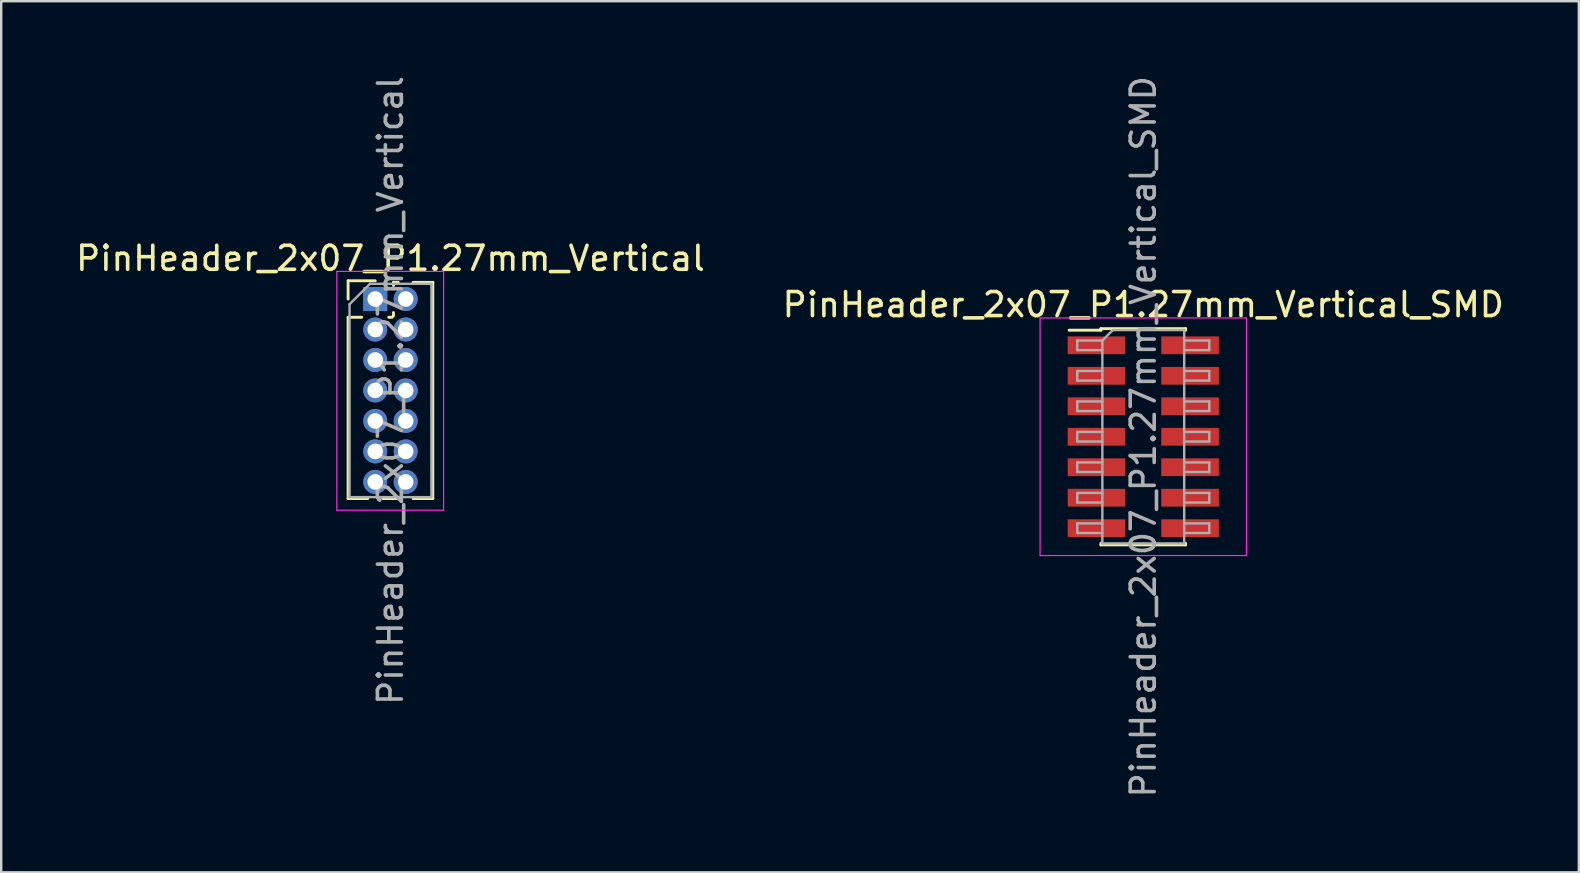
<source format=kicad_pcb>
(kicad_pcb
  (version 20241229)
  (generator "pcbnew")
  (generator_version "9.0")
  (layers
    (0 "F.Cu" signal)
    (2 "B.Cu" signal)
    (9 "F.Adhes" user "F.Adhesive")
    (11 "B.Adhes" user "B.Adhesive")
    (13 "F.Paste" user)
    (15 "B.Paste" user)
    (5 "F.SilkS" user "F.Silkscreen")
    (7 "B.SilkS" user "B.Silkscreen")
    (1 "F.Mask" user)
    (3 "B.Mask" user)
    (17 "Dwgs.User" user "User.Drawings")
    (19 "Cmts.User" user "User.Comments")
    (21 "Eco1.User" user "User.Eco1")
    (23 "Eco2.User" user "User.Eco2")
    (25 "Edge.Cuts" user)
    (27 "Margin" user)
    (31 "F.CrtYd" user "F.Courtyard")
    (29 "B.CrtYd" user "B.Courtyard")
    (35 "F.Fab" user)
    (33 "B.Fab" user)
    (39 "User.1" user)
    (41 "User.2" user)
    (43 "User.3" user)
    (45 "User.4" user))
  (footprint "PinHeader_2x07_P1.27mm_Vertical"
    (layer "F.Cu")
    (at 12.585 9.41)
    (property "Reference" "PinHeader_2x07_P1.27mm_Vertical" (at 0.635 -1.695 0) (layer "F.SilkS") (effects (font (size 1 1) (thickness 0.15))))
    (attr through_hole)
    (fp_line (start -1.13 -0.76) (end 0 -0.76) (stroke (width 0.12) (type solid)) (layer "F.SilkS"))
    (fp_line (start -1.13 0) (end -1.13 -0.76) (stroke (width 0.12) (type solid)) (layer "F.SilkS"))
    (fp_line (start -1.13 0.76) (end -1.13 8.315) (stroke (width 0.12) (type solid)) (layer "F.SilkS"))
    (fp_line (start -1.13 0.76) (end -0.563 0.76) (stroke (width 0.12) (type solid)) (layer "F.SilkS"))
    (fp_line (start -1.13 8.315) (end -0.308 8.315) (stroke (width 0.12) (type solid)) (layer "F.SilkS"))
    (fp_line (start 0.308 8.315) (end 0.962 8.315) (stroke (width 0.12) (type solid)) (layer "F.SilkS"))
    (fp_line (start 0.563 0.76) (end 0.707 0.76) (stroke (width 0.12) (type solid)) (layer "F.SilkS"))
    (fp_line (start 0.76 -0.695) (end 0.962 -0.695) (stroke (width 0.12) (type solid)) (layer "F.SilkS"))
    (fp_line (start 0.76 -0.563) (end 0.76 -0.695) (stroke (width 0.12) (type solid)) (layer "F.SilkS"))
    (fp_line (start 0.76 0.707) (end 0.76 0.563) (stroke (width 0.12) (type solid)) (layer "F.SilkS"))
    (fp_line (start 1.578 -0.695) (end 2.4 -0.695) (stroke (width 0.12) (type solid)) (layer "F.SilkS"))
    (fp_line (start 1.578 8.315) (end 2.4 8.315) (stroke (width 0.12) (type solid)) (layer "F.SilkS"))
    (fp_line (start 2.4 -0.695) (end 2.4 8.315) (stroke (width 0.12) (type solid)) (layer "F.SilkS"))
    (fp_line (start -1.6 -1.15) (end -1.6 8.8) (stroke (width 0.05) (type solid)) (layer "F.CrtYd"))
    (fp_line (start -1.6 8.8) (end 2.85 8.8) (stroke (width 0.05) (type solid)) (layer "F.CrtYd"))
    (fp_line (start 2.85 -1.15) (end -1.6 -1.15) (stroke (width 0.05) (type solid)) (layer "F.CrtYd"))
    (fp_line (start 2.85 8.8) (end 2.85 -1.15) (stroke (width 0.05) (type solid)) (layer "F.CrtYd"))
    (fp_line (start -1.07 0.217) (end -0.217 -0.635) (stroke (width 0.1) (type solid)) (layer "F.Fab"))
    (fp_line (start -1.07 8.255) (end -1.07 0.217) (stroke (width 0.1) (type solid)) (layer "F.Fab"))
    (fp_line (start -0.217 -0.635) (end 2.34 -0.635) (stroke (width 0.1) (type solid)) (layer "F.Fab"))
    (fp_line (start 2.34 -0.635) (end 2.34 8.255) (stroke (width 0.1) (type solid)) (layer "F.Fab"))
    (fp_line (start 2.34 8.255) (end -1.07 8.255) (stroke (width 0.1) (type solid)) (layer "F.Fab"))
    (fp_text user "${REFERENCE}" (at 0.635 3.81 90) (layer "F.Fab") (effects (font (size 1 1) (thickness 0.15))))
    (pad "1" thru_hole rect (at 0 0) (size 1 1) (drill 0.65) (layers "*.Cu" "*.Mask"))
    (pad "2" thru_hole oval (at 1.27 0) (size 1 1) (drill 0.65) (layers "*.Cu" "*.Mask"))
    (pad "3" thru_hole oval (at 0 1.27) (size 1 1) (drill 0.65) (layers "*.Cu" "*.Mask"))
    (pad "4" thru_hole oval (at 1.27 1.27) (size 1 1) (drill 0.65) (layers "*.Cu" "*.Mask"))
    (pad "5" thru_hole oval (at 0 2.54) (size 1 1) (drill 0.65) (layers "*.Cu" "*.Mask"))
    (pad "6" thru_hole oval (at 1.27 2.54) (size 1 1) (drill 0.65) (layers "*.Cu" "*.Mask"))
    (pad "7" thru_hole oval (at 0 3.81) (size 1 1) (drill 0.65) (layers "*.Cu" "*.Mask"))
    (pad "8" thru_hole oval (at 1.27 3.81) (size 1 1) (drill 0.65) (layers "*.Cu" "*.Mask"))
    (pad "9" thru_hole oval (at 0 5.08) (size 1 1) (drill 0.65) (layers "*.Cu" "*.Mask"))
    (pad "10" thru_hole oval (at 1.27 5.08) (size 1 1) (drill 0.65) (layers "*.Cu" "*.Mask"))
    (pad "11" thru_hole oval (at 0 6.35) (size 1 1) (drill 0.65) (layers "*.Cu" "*.Mask"))
    (pad "12" thru_hole oval (at 1.27 6.35) (size 1 1) (drill 0.65) (layers "*.Cu" "*.Mask"))
    (pad "13" thru_hole oval (at 0 7.62) (size 1 1) (drill 0.65) (layers "*.Cu" "*.Mask"))
    (pad "14" thru_hole oval (at 1.27 7.62) (size 1 1) (drill 0.65) (layers "*.Cu" "*.Mask")))
  (footprint "PinHeader_2x07_P1.27mm_Vertical_SMD"
    (layer "F.Cu")
    (at 44.589 15.149)
    (property "Reference" "PinHeader_2x07_P1.27mm_Vertical_SMD" (at 0 -5.505 0) (layer "F.SilkS") (effects (font (size 1 1) (thickness 0.15))))
    (attr smd)
    (fp_line (start -3.09 -4.44) (end -1.765 -4.44) (stroke (width 0.12) (type solid)) (layer "F.SilkS"))
    (fp_line (start -1.765 -4.505) (end -1.765 -4.44) (stroke (width 0.12) (type solid)) (layer "F.SilkS"))
    (fp_line (start -1.765 -4.505) (end 1.765 -4.505) (stroke (width 0.12) (type solid)) (layer "F.SilkS"))
    (fp_line (start -1.765 4.44) (end -1.765 4.505) (stroke (width 0.12) (type solid)) (layer "F.SilkS"))
    (fp_line (start -1.765 4.505) (end 1.765 4.505) (stroke (width 0.12) (type solid)) (layer "F.SilkS"))
    (fp_line (start 1.765 -4.505) (end 1.765 -4.44) (stroke (width 0.12) (type solid)) (layer "F.SilkS"))
    (fp_line (start 1.765 4.44) (end 1.765 4.505) (stroke (width 0.12) (type solid)) (layer "F.SilkS"))
    (fp_line (start -4.3 -4.95) (end -4.3 4.95) (stroke (width 0.05) (type solid)) (layer "F.CrtYd"))
    (fp_line (start -4.3 4.95) (end 4.3 4.95) (stroke (width 0.05) (type solid)) (layer "F.CrtYd"))
    (fp_line (start 4.3 -4.95) (end -4.3 -4.95) (stroke (width 0.05) (type solid)) (layer "F.CrtYd"))
    (fp_line (start 4.3 4.95) (end 4.3 -4.95) (stroke (width 0.05) (type solid)) (layer "F.CrtYd"))
    (fp_line (start -2.75 -4.01) (end -2.75 -3.61) (stroke (width 0.1) (type solid)) (layer "F.Fab"))
    (fp_line (start -2.75 -3.61) (end -1.705 -3.61) (stroke (width 0.1) (type solid)) (layer "F.Fab"))
    (fp_line (start -2.75 -2.74) (end -2.75 -2.34) (stroke (width 0.1) (type solid)) (layer "F.Fab"))
    (fp_line (start -2.75 -2.34) (end -1.705 -2.34) (stroke (width 0.1) (type solid)) (layer "F.Fab"))
    (fp_line (start -2.75 -1.47) (end -2.75 -1.07) (stroke (width 0.1) (type solid)) (layer "F.Fab"))
    (fp_line (start -2.75 -1.07) (end -1.705 -1.07) (stroke (width 0.1) (type solid)) (layer "F.Fab"))
    (fp_line (start -2.75 -0.2) (end -2.75 0.2) (stroke (width 0.1) (type solid)) (layer "F.Fab"))
    (fp_line (start -2.75 0.2) (end -1.705 0.2) (stroke (width 0.1) (type solid)) (layer "F.Fab"))
    (fp_line (start -2.75 1.07) (end -2.75 1.47) (stroke (width 0.1) (type solid)) (layer "F.Fab"))
    (fp_line (start -2.75 1.47) (end -1.705 1.47) (stroke (width 0.1) (type solid)) (layer "F.Fab"))
    (fp_line (start -2.75 2.34) (end -2.75 2.74) (stroke (width 0.1) (type solid)) (layer "F.Fab"))
    (fp_line (start -2.75 2.74) (end -1.705 2.74) (stroke (width 0.1) (type solid)) (layer "F.Fab"))
    (fp_line (start -2.75 3.61) (end -2.75 4.01) (stroke (width 0.1) (type solid)) (layer "F.Fab"))
    (fp_line (start -2.75 4.01) (end -1.705 4.01) (stroke (width 0.1) (type solid)) (layer "F.Fab"))
    (fp_line (start -1.705 -4.01) (end -2.75 -4.01) (stroke (width 0.1) (type solid)) (layer "F.Fab"))
    (fp_line (start -1.705 -4.01) (end -1.27 -4.445) (stroke (width 0.1) (type solid)) (layer "F.Fab"))
    (fp_line (start -1.705 -2.74) (end -2.75 -2.74) (stroke (width 0.1) (type solid)) (layer "F.Fab"))
    (fp_line (start -1.705 -1.47) (end -2.75 -1.47) (stroke (width 0.1) (type solid)) (layer "F.Fab"))
    (fp_line (start -1.705 -0.2) (end -2.75 -0.2) (stroke (width 0.1) (type solid)) (layer "F.Fab"))
    (fp_line (start -1.705 1.07) (end -2.75 1.07) (stroke (width 0.1) (type solid)) (layer "F.Fab"))
    (fp_line (start -1.705 2.34) (end -2.75 2.34) (stroke (width 0.1) (type solid)) (layer "F.Fab"))
    (fp_line (start -1.705 3.61) (end -2.75 3.61) (stroke (width 0.1) (type solid)) (layer "F.Fab"))
    (fp_line (start -1.705 4.445) (end -1.705 -4.01) (stroke (width 0.1) (type solid)) (layer "F.Fab"))
    (fp_line (start -1.27 -4.445) (end 1.705 -4.445) (stroke (width 0.1) (type solid)) (layer "F.Fab"))
    (fp_line (start 1.705 -4.445) (end 1.705 4.445) (stroke (width 0.1) (type solid)) (layer "F.Fab"))
    (fp_line (start 1.705 -4.01) (end 2.75 -4.01) (stroke (width 0.1) (type solid)) (layer "F.Fab"))
    (fp_line (start 1.705 -2.74) (end 2.75 -2.74) (stroke (width 0.1) (type solid)) (layer "F.Fab"))
    (fp_line (start 1.705 -1.47) (end 2.75 -1.47) (stroke (width 0.1) (type solid)) (layer "F.Fab"))
    (fp_line (start 1.705 -0.2) (end 2.75 -0.2) (stroke (width 0.1) (type solid)) (layer "F.Fab"))
    (fp_line (start 1.705 1.07) (end 2.75 1.07) (stroke (width 0.1) (type solid)) (layer "F.Fab"))
    (fp_line (start 1.705 2.34) (end 2.75 2.34) (stroke (width 0.1) (type solid)) (layer "F.Fab"))
    (fp_line (start 1.705 3.61) (end 2.75 3.61) (stroke (width 0.1) (type solid)) (layer "F.Fab"))
    (fp_line (start 1.705 4.445) (end -1.705 4.445) (stroke (width 0.1) (type solid)) (layer "F.Fab"))
    (fp_line (start 2.75 -4.01) (end 2.75 -3.61) (stroke (width 0.1) (type solid)) (layer "F.Fab"))
    (fp_line (start 2.75 -3.61) (end 1.705 -3.61) (stroke (width 0.1) (type solid)) (layer "F.Fab"))
    (fp_line (start 2.75 -2.74) (end 2.75 -2.34) (stroke (width 0.1) (type solid)) (layer "F.Fab"))
    (fp_line (start 2.75 -2.34) (end 1.705 -2.34) (stroke (width 0.1) (type solid)) (layer "F.Fab"))
    (fp_line (start 2.75 -1.47) (end 2.75 -1.07) (stroke (width 0.1) (type solid)) (layer "F.Fab"))
    (fp_line (start 2.75 -1.07) (end 1.705 -1.07) (stroke (width 0.1) (type solid)) (layer "F.Fab"))
    (fp_line (start 2.75 -0.2) (end 2.75 0.2) (stroke (width 0.1) (type solid)) (layer "F.Fab"))
    (fp_line (start 2.75 0.2) (end 1.705 0.2) (stroke (width 0.1) (type solid)) (layer "F.Fab"))
    (fp_line (start 2.75 1.07) (end 2.75 1.47) (stroke (width 0.1) (type solid)) (layer "F.Fab"))
    (fp_line (start 2.75 1.47) (end 1.705 1.47) (stroke (width 0.1) (type solid)) (layer "F.Fab"))
    (fp_line (start 2.75 2.34) (end 2.75 2.74) (stroke (width 0.1) (type solid)) (layer "F.Fab"))
    (fp_line (start 2.75 2.74) (end 1.705 2.74) (stroke (width 0.1) (type solid)) (layer "F.Fab"))
    (fp_line (start 2.75 3.61) (end 2.75 4.01) (stroke (width 0.1) (type solid)) (layer "F.Fab"))
    (fp_line (start 2.75 4.01) (end 1.705 4.01) (stroke (width 0.1) (type solid)) (layer "F.Fab"))
    (fp_text user "${REFERENCE}" (at 0 0 90) (layer "F.Fab") (effects (font (size 1 1) (thickness 0.15))))
    (pad "1" smd rect (at -1.95 -3.81) (size 2.4 0.74) (layers "F.Cu" "F.Mask" "F.Paste"))
    (pad "2" smd rect (at 1.95 -3.81) (size 2.4 0.74) (layers "F.Cu" "F.Mask" "F.Paste"))
    (pad "3" smd rect (at -1.95 -2.54) (size 2.4 0.74) (layers "F.Cu" "F.Mask" "F.Paste"))
    (pad "4" smd rect (at 1.95 -2.54) (size 2.4 0.74) (layers "F.Cu" "F.Mask" "F.Paste"))
    (pad "5" smd rect (at -1.95 -1.27) (size 2.4 0.74) (layers "F.Cu" "F.Mask" "F.Paste"))
    (pad "6" smd rect (at 1.95 -1.27) (size 2.4 0.74) (layers "F.Cu" "F.Mask" "F.Paste"))
    (pad "7" smd rect (at -1.95 0) (size 2.4 0.74) (layers "F.Cu" "F.Mask" "F.Paste"))
    (pad "8" smd rect (at 1.95 0) (size 2.4 0.74) (layers "F.Cu" "F.Mask" "F.Paste"))
    (pad "9" smd rect (at -1.95 1.27) (size 2.4 0.74) (layers "F.Cu" "F.Mask" "F.Paste"))
    (pad "10" smd rect (at 1.95 1.27) (size 2.4 0.74) (layers "F.Cu" "F.Mask" "F.Paste"))
    (pad "11" smd rect (at -1.95 2.54) (size 2.4 0.74) (layers "F.Cu" "F.Mask" "F.Paste"))
    (pad "12" smd rect (at 1.95 2.54) (size 2.4 0.74) (layers "F.Cu" "F.Mask" "F.Paste"))
    (pad "13" smd rect (at -1.95 3.81) (size 2.4 0.74) (layers "F.Cu" "F.Mask" "F.Paste"))
    (pad "14" smd rect (at 1.95 3.81) (size 2.4 0.74) (layers "F.Cu" "F.Mask" "F.Paste")))
  (gr_rect
    (start -3 -3)
    (end 62.738 33.298)
    (stroke (width 0.1) (type default))
    (fill no)
    (layer "Edge.Cuts")))
</source>
